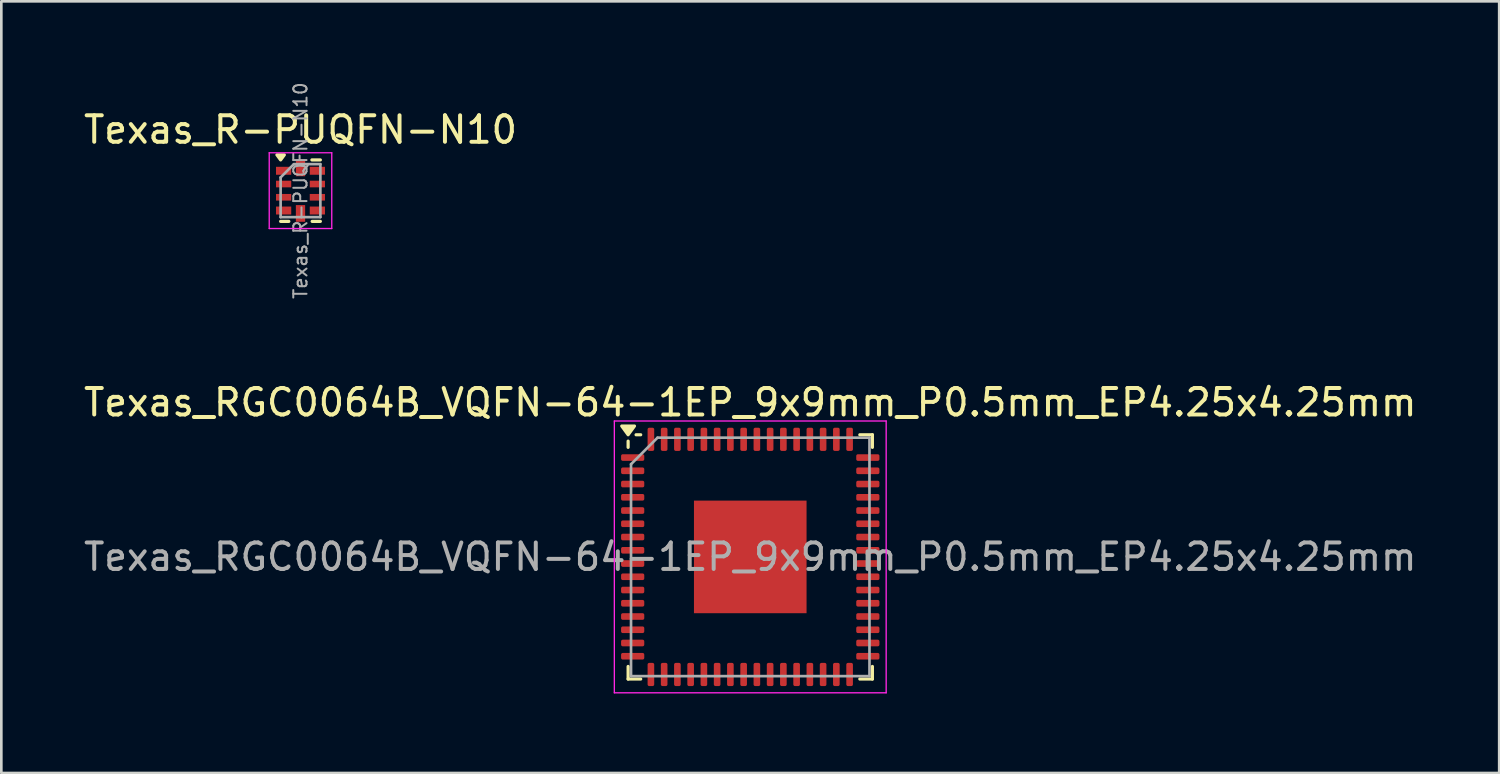
<source format=kicad_pcb>
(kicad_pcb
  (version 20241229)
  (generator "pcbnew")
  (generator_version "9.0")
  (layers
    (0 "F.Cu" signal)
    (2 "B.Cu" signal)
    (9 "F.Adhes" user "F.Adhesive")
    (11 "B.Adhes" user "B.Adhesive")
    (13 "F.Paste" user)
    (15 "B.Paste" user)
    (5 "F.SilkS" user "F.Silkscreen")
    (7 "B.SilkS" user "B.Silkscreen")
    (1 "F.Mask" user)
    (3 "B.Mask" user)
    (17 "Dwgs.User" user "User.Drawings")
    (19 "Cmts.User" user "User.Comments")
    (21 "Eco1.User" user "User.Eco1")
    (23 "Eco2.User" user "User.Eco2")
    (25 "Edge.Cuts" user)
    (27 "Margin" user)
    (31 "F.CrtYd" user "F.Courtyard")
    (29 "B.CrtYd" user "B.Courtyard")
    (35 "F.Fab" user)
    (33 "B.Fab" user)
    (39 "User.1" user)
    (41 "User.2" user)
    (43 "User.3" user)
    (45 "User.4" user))
  (footprint "Texas_RGC0064B_VQFN-64-1EP_9x9mm_P0.5mm_EP4.25x4.25mm"
    (layer "F.Cu")
    (at 25.268 17.97)
    (property "Reference" "Texas_RGC0064B_VQFN-64-1EP_9x9mm_P0.5mm_EP4.25x4.25mm" (at 0 -5.83 0) (layer "F.SilkS") (effects (font (size 1 1) (thickness 0.15))))
    (attr smd)
    (fp_line (start -4.61 -4.135) (end -4.61 -4.37) (stroke (width 0.12) (type solid)) (layer "F.SilkS"))
    (fp_line (start -4.61 4.61) (end -4.61 4.135) (stroke (width 0.12) (type solid)) (layer "F.SilkS"))
    (fp_line (start -4.135 -4.61) (end -4.31 -4.61) (stroke (width 0.12) (type solid)) (layer "F.SilkS"))
    (fp_line (start -4.135 4.61) (end -4.61 4.61) (stroke (width 0.12) (type solid)) (layer "F.SilkS"))
    (fp_line (start 4.135 -4.61) (end 4.61 -4.61) (stroke (width 0.12) (type solid)) (layer "F.SilkS"))
    (fp_line (start 4.135 4.61) (end 4.61 4.61) (stroke (width 0.12) (type solid)) (layer "F.SilkS"))
    (fp_line (start 4.61 -4.61) (end 4.61 -4.135) (stroke (width 0.12) (type solid)) (layer "F.SilkS"))
    (fp_line (start 4.61 4.61) (end 4.61 4.135) (stroke (width 0.12) (type solid)) (layer "F.SilkS"))
    (fp_poly (pts (xy -4.61 -4.61) (xy -4.85 -4.94) (xy -4.37 -4.94) (xy -4.61 -4.61)) (stroke (width 0.12) (type solid)) (fill yes) (layer "F.SilkS"))
    (fp_line (start -5.13 -5.13) (end -5.13 5.13) (stroke (width 0.05) (type solid)) (layer "F.CrtYd"))
    (fp_line (start -5.13 5.13) (end 5.13 5.13) (stroke (width 0.05) (type solid)) (layer "F.CrtYd"))
    (fp_line (start 5.13 -5.13) (end -5.13 -5.13) (stroke (width 0.05) (type solid)) (layer "F.CrtYd"))
    (fp_line (start 5.13 5.13) (end 5.13 -5.13) (stroke (width 0.05) (type solid)) (layer "F.CrtYd"))
    (fp_line (start -4.5 -3.5) (end -3.5 -4.5) (stroke (width 0.1) (type solid)) (layer "F.Fab"))
    (fp_line (start -4.5 4.5) (end -4.5 -3.5) (stroke (width 0.1) (type solid)) (layer "F.Fab"))
    (fp_line (start -3.5 -4.5) (end 4.5 -4.5) (stroke (width 0.1) (type solid)) (layer "F.Fab"))
    (fp_line (start 4.5 -4.5) (end 4.5 4.5) (stroke (width 0.1) (type solid)) (layer "F.Fab"))
    (fp_line (start 4.5 4.5) (end -4.5 4.5) (stroke (width 0.1) (type solid)) (layer "F.Fab"))
    (fp_text user "${REFERENCE}" (at 0 0 0) (layer "F.Fab") (effects (font (size 1 1) (thickness 0.15))))
    (pad "" smd roundrect (at -1.06 -1.06) (size 1.71 1.71) (layers "F.Paste") (roundrect_rratio 0.146))
    (pad "" smd roundrect (at -1.06 1.06) (size 1.71 1.71) (layers "F.Paste") (roundrect_rratio 0.146))
    (pad "" smd roundrect (at 1.06 -1.06) (size 1.71 1.71) (layers "F.Paste") (roundrect_rratio 0.146))
    (pad "" smd roundrect (at 1.06 1.06) (size 1.71 1.71) (layers "F.Paste") (roundrect_rratio 0.146))
    (pad "1" smd roundrect (at -4.438 -3.75) (size 0.875 0.25) (layers "F.Cu" "F.Mask" "F.Paste") (roundrect_rratio 0.25))
    (pad "2" smd roundrect (at -4.438 -3.25) (size 0.875 0.25) (layers "F.Cu" "F.Mask" "F.Paste") (roundrect_rratio 0.25))
    (pad "3" smd roundrect (at -4.438 -2.75) (size 0.875 0.25) (layers "F.Cu" "F.Mask" "F.Paste") (roundrect_rratio 0.25))
    (pad "4" smd roundrect (at -4.438 -2.25) (size 0.875 0.25) (layers "F.Cu" "F.Mask" "F.Paste") (roundrect_rratio 0.25))
    (pad "5" smd roundrect (at -4.438 -1.75) (size 0.875 0.25) (layers "F.Cu" "F.Mask" "F.Paste") (roundrect_rratio 0.25))
    (pad "6" smd roundrect (at -4.438 -1.25) (size 0.875 0.25) (layers "F.Cu" "F.Mask" "F.Paste") (roundrect_rratio 0.25))
    (pad "7" smd roundrect (at -4.438 -0.75) (size 0.875 0.25) (layers "F.Cu" "F.Mask" "F.Paste") (roundrect_rratio 0.25))
    (pad "8" smd roundrect (at -4.438 -0.25) (size 0.875 0.25) (layers "F.Cu" "F.Mask" "F.Paste") (roundrect_rratio 0.25))
    (pad "9" smd roundrect (at -4.438 0.25) (size 0.875 0.25) (layers "F.Cu" "F.Mask" "F.Paste") (roundrect_rratio 0.25))
    (pad "10" smd roundrect (at -4.438 0.75) (size 0.875 0.25) (layers "F.Cu" "F.Mask" "F.Paste") (roundrect_rratio 0.25))
    (pad "11" smd roundrect (at -4.438 1.25) (size 0.875 0.25) (layers "F.Cu" "F.Mask" "F.Paste") (roundrect_rratio 0.25))
    (pad "12" smd roundrect (at -4.438 1.75) (size 0.875 0.25) (layers "F.Cu" "F.Mask" "F.Paste") (roundrect_rratio 0.25))
    (pad "13" smd roundrect (at -4.438 2.25) (size 0.875 0.25) (layers "F.Cu" "F.Mask" "F.Paste") (roundrect_rratio 0.25))
    (pad "14" smd roundrect (at -4.438 2.75) (size 0.875 0.25) (layers "F.Cu" "F.Mask" "F.Paste") (roundrect_rratio 0.25))
    (pad "15" smd roundrect (at -4.438 3.25) (size 0.875 0.25) (layers "F.Cu" "F.Mask" "F.Paste") (roundrect_rratio 0.25))
    (pad "16" smd roundrect (at -4.438 3.75) (size 0.875 0.25) (layers "F.Cu" "F.Mask" "F.Paste") (roundrect_rratio 0.25))
    (pad "17" smd roundrect (at -3.75 4.438) (size 0.25 0.875) (layers "F.Cu" "F.Mask" "F.Paste") (roundrect_rratio 0.25))
    (pad "18" smd roundrect (at -3.25 4.438) (size 0.25 0.875) (layers "F.Cu" "F.Mask" "F.Paste") (roundrect_rratio 0.25))
    (pad "19" smd roundrect (at -2.75 4.438) (size 0.25 0.875) (layers "F.Cu" "F.Mask" "F.Paste") (roundrect_rratio 0.25))
    (pad "20" smd roundrect (at -2.25 4.438) (size 0.25 0.875) (layers "F.Cu" "F.Mask" "F.Paste") (roundrect_rratio 0.25))
    (pad "21" smd roundrect (at -1.75 4.438) (size 0.25 0.875) (layers "F.Cu" "F.Mask" "F.Paste") (roundrect_rratio 0.25))
    (pad "22" smd roundrect (at -1.25 4.438) (size 0.25 0.875) (layers "F.Cu" "F.Mask" "F.Paste") (roundrect_rratio 0.25))
    (pad "23" smd roundrect (at -0.75 4.438) (size 0.25 0.875) (layers "F.Cu" "F.Mask" "F.Paste") (roundrect_rratio 0.25))
    (pad "24" smd roundrect (at -0.25 4.438) (size 0.25 0.875) (layers "F.Cu" "F.Mask" "F.Paste") (roundrect_rratio 0.25))
    (pad "25" smd roundrect (at 0.25 4.438) (size 0.25 0.875) (layers "F.Cu" "F.Mask" "F.Paste") (roundrect_rratio 0.25))
    (pad "26" smd roundrect (at 0.75 4.438) (size 0.25 0.875) (layers "F.Cu" "F.Mask" "F.Paste") (roundrect_rratio 0.25))
    (pad "27" smd roundrect (at 1.25 4.438) (size 0.25 0.875) (layers "F.Cu" "F.Mask" "F.Paste") (roundrect_rratio 0.25))
    (pad "28" smd roundrect (at 1.75 4.438) (size 0.25 0.875) (layers "F.Cu" "F.Mask" "F.Paste") (roundrect_rratio 0.25))
    (pad "29" smd roundrect (at 2.25 4.438) (size 0.25 0.875) (layers "F.Cu" "F.Mask" "F.Paste") (roundrect_rratio 0.25))
    (pad "30" smd roundrect (at 2.75 4.438) (size 0.25 0.875) (layers "F.Cu" "F.Mask" "F.Paste") (roundrect_rratio 0.25))
    (pad "31" smd roundrect (at 3.25 4.438) (size 0.25 0.875) (layers "F.Cu" "F.Mask" "F.Paste") (roundrect_rratio 0.25))
    (pad "32" smd roundrect (at 3.75 4.438) (size 0.25 0.875) (layers "F.Cu" "F.Mask" "F.Paste") (roundrect_rratio 0.25))
    (pad "33" smd roundrect (at 4.438 3.75) (size 0.875 0.25) (layers "F.Cu" "F.Mask" "F.Paste") (roundrect_rratio 0.25))
    (pad "34" smd roundrect (at 4.438 3.25) (size 0.875 0.25) (layers "F.Cu" "F.Mask" "F.Paste") (roundrect_rratio 0.25))
    (pad "35" smd roundrect (at 4.438 2.75) (size 0.875 0.25) (layers "F.Cu" "F.Mask" "F.Paste") (roundrect_rratio 0.25))
    (pad "36" smd roundrect (at 4.438 2.25) (size 0.875 0.25) (layers "F.Cu" "F.Mask" "F.Paste") (roundrect_rratio 0.25))
    (pad "37" smd roundrect (at 4.438 1.75) (size 0.875 0.25) (layers "F.Cu" "F.Mask" "F.Paste") (roundrect_rratio 0.25))
    (pad "38" smd roundrect (at 4.438 1.25) (size 0.875 0.25) (layers "F.Cu" "F.Mask" "F.Paste") (roundrect_rratio 0.25))
    (pad "39" smd roundrect (at 4.438 0.75) (size 0.875 0.25) (layers "F.Cu" "F.Mask" "F.Paste") (roundrect_rratio 0.25))
    (pad "40" smd roundrect (at 4.438 0.25) (size 0.875 0.25) (layers "F.Cu" "F.Mask" "F.Paste") (roundrect_rratio 0.25))
    (pad "41" smd roundrect (at 4.438 -0.25) (size 0.875 0.25) (layers "F.Cu" "F.Mask" "F.Paste") (roundrect_rratio 0.25))
    (pad "42" smd roundrect (at 4.438 -0.75) (size 0.875 0.25) (layers "F.Cu" "F.Mask" "F.Paste") (roundrect_rratio 0.25))
    (pad "43" smd roundrect (at 4.438 -1.25) (size 0.875 0.25) (layers "F.Cu" "F.Mask" "F.Paste") (roundrect_rratio 0.25))
    (pad "44" smd roundrect (at 4.438 -1.75) (size 0.875 0.25) (layers "F.Cu" "F.Mask" "F.Paste") (roundrect_rratio 0.25))
    (pad "45" smd roundrect (at 4.438 -2.25) (size 0.875 0.25) (layers "F.Cu" "F.Mask" "F.Paste") (roundrect_rratio 0.25))
    (pad "46" smd roundrect (at 4.438 -2.75) (size 0.875 0.25) (layers "F.Cu" "F.Mask" "F.Paste") (roundrect_rratio 0.25))
    (pad "47" smd roundrect (at 4.438 -3.25) (size 0.875 0.25) (layers "F.Cu" "F.Mask" "F.Paste") (roundrect_rratio 0.25))
    (pad "48" smd roundrect (at 4.438 -3.75) (size 0.875 0.25) (layers "F.Cu" "F.Mask" "F.Paste") (roundrect_rratio 0.25))
    (pad "49" smd roundrect (at 3.75 -4.438) (size 0.25 0.875) (layers "F.Cu" "F.Mask" "F.Paste") (roundrect_rratio 0.25))
    (pad "50" smd roundrect (at 3.25 -4.438) (size 0.25 0.875) (layers "F.Cu" "F.Mask" "F.Paste") (roundrect_rratio 0.25))
    (pad "51" smd roundrect (at 2.75 -4.438) (size 0.25 0.875) (layers "F.Cu" "F.Mask" "F.Paste") (roundrect_rratio 0.25))
    (pad "52" smd roundrect (at 2.25 -4.438) (size 0.25 0.875) (layers "F.Cu" "F.Mask" "F.Paste") (roundrect_rratio 0.25))
    (pad "53" smd roundrect (at 1.75 -4.438) (size 0.25 0.875) (layers "F.Cu" "F.Mask" "F.Paste") (roundrect_rratio 0.25))
    (pad "54" smd roundrect (at 1.25 -4.438) (size 0.25 0.875) (layers "F.Cu" "F.Mask" "F.Paste") (roundrect_rratio 0.25))
    (pad "55" smd roundrect (at 0.75 -4.438) (size 0.25 0.875) (layers "F.Cu" "F.Mask" "F.Paste") (roundrect_rratio 0.25))
    (pad "56" smd roundrect (at 0.25 -4.438) (size 0.25 0.875) (layers "F.Cu" "F.Mask" "F.Paste") (roundrect_rratio 0.25))
    (pad "57" smd roundrect (at -0.25 -4.438) (size 0.25 0.875) (layers "F.Cu" "F.Mask" "F.Paste") (roundrect_rratio 0.25))
    (pad "58" smd roundrect (at -0.75 -4.438) (size 0.25 0.875) (layers "F.Cu" "F.Mask" "F.Paste") (roundrect_rratio 0.25))
    (pad "59" smd roundrect (at -1.25 -4.438) (size 0.25 0.875) (layers "F.Cu" "F.Mask" "F.Paste") (roundrect_rratio 0.25))
    (pad "60" smd roundrect (at -1.75 -4.438) (size 0.25 0.875) (layers "F.Cu" "F.Mask" "F.Paste") (roundrect_rratio 0.25))
    (pad "61" smd roundrect (at -2.25 -4.438) (size 0.25 0.875) (layers "F.Cu" "F.Mask" "F.Paste") (roundrect_rratio 0.25))
    (pad "62" smd roundrect (at -2.75 -4.438) (size 0.25 0.875) (layers "F.Cu" "F.Mask" "F.Paste") (roundrect_rratio 0.25))
    (pad "63" smd roundrect (at -3.25 -4.438) (size 0.25 0.875) (layers "F.Cu" "F.Mask" "F.Paste") (roundrect_rratio 0.25))
    (pad "64" smd roundrect (at -3.75 -4.438) (size 0.25 0.875) (layers "F.Cu" "F.Mask" "F.Paste") (roundrect_rratio 0.25))
    (pad "65" smd rect (at 0 0) (size 4.25 4.25) (property pad_prop_heatsink) (layers "F.Cu" "F.Mask")))
  (footprint "Texas_R-PUQFN-N10"
    (layer "F.Cu")
    (at 8.292 4.146)
    (property "Reference" "Texas_R-PUQFN-N10" (at 0 -2.3 0) (layer "F.SilkS") (effects (font (size 1 1) (thickness 0.15))))
    (attr smd)
    (fp_line (start -0.44 1.16) (end -0.75 1.16) (stroke (width 0.12) (type solid)) (layer "F.SilkS"))
    (fp_line (start 0.75 -1.16) (end 0.43 -1.16) (stroke (width 0.12) (type solid)) (layer "F.SilkS"))
    (fp_line (start 0.75 1.16) (end 0.44 1.16) (stroke (width 0.12) (type solid)) (layer "F.SilkS"))
    (fp_poly (pts (xy -0.75 -1.16) (xy -0.89 -1.35) (xy -0.61 -1.35) (xy -0.75 -1.16)) (stroke (width 0.12) (type solid)) (fill yes) (layer "F.SilkS"))
    (fp_line (start -1.18 -1.43) (end 1.18 -1.43) (stroke (width 0.05) (type solid)) (layer "F.CrtYd"))
    (fp_line (start -1.18 1.43) (end -1.18 -1.43) (stroke (width 0.05) (type solid)) (layer "F.CrtYd"))
    (fp_line (start 1.18 -1.43) (end 1.18 1.43) (stroke (width 0.05) (type solid)) (layer "F.CrtYd"))
    (fp_line (start 1.18 1.43) (end -1.18 1.43) (stroke (width 0.05) (type solid)) (layer "F.CrtYd"))
    (fp_line (start -0.75 1) (end -0.75 -0.5) (stroke (width 0.1) (type solid)) (layer "F.Fab"))
    (fp_line (start -0.25 -1) (end -0.75 -0.5) (stroke (width 0.1) (type solid)) (layer "F.Fab"))
    (fp_line (start -0.25 -1) (end 0.75 -1) (stroke (width 0.1) (type solid)) (layer "F.Fab"))
    (fp_line (start 0.75 -1) (end 0.75 1) (stroke (width 0.1) (type solid)) (layer "F.Fab"))
    (fp_line (start 0.75 1) (end -0.75 1) (stroke (width 0.1) (type solid)) (layer "F.Fab"))
    (fp_text user "${REFERENCE}" (at 0 0 270) (layer "F.Fab") (effects (font (size 0.5 0.5) (thickness 0.075))))
    (pad "1" smd rect (at -0.637 -0.75) (size 0.575 0.3) (layers "F.Cu" "F.Mask" "F.Paste"))
    (pad "2" smd rect (at -0.637 -0.25) (size 0.575 0.25) (layers "F.Cu" "F.Mask" "F.Paste"))
    (pad "3" smd rect (at -0.637 0.25) (size 0.575 0.25) (layers "F.Cu" "F.Mask" "F.Paste"))
    (pad "4" smd rect (at -0.637 0.75) (size 0.575 0.3) (layers "F.Cu" "F.Mask" "F.Paste"))
    (pad "5" smd rect (at 0 0.86) (size 0.35 0.63) (layers "F.Cu" "F.Mask" "F.Paste"))
    (pad "6" smd rect (at 0.637 0.75) (size 0.575 0.3) (layers "F.Cu" "F.Mask" "F.Paste"))
    (pad "7" smd rect (at 0.637 0.25) (size 0.575 0.25) (layers "F.Cu" "F.Mask" "F.Paste"))
    (pad "8" smd rect (at 0.637 -0.25) (size 0.575 0.25) (layers "F.Cu" "F.Mask" "F.Paste"))
    (pad "9" smd rect (at 0.637 -0.75) (size 0.575 0.3) (layers "F.Cu" "F.Mask" "F.Paste"))
    (pad "10" smd rect (at 0 -0.86) (size 0.35 0.63) (layers "F.Cu" "F.Mask" "F.Paste")))
  (gr_rect
    (start -3 -3)
    (end 53.536 26.125)
    (stroke (width 0.1) (type default))
    (fill no)
    (layer "Edge.Cuts")))
</source>
